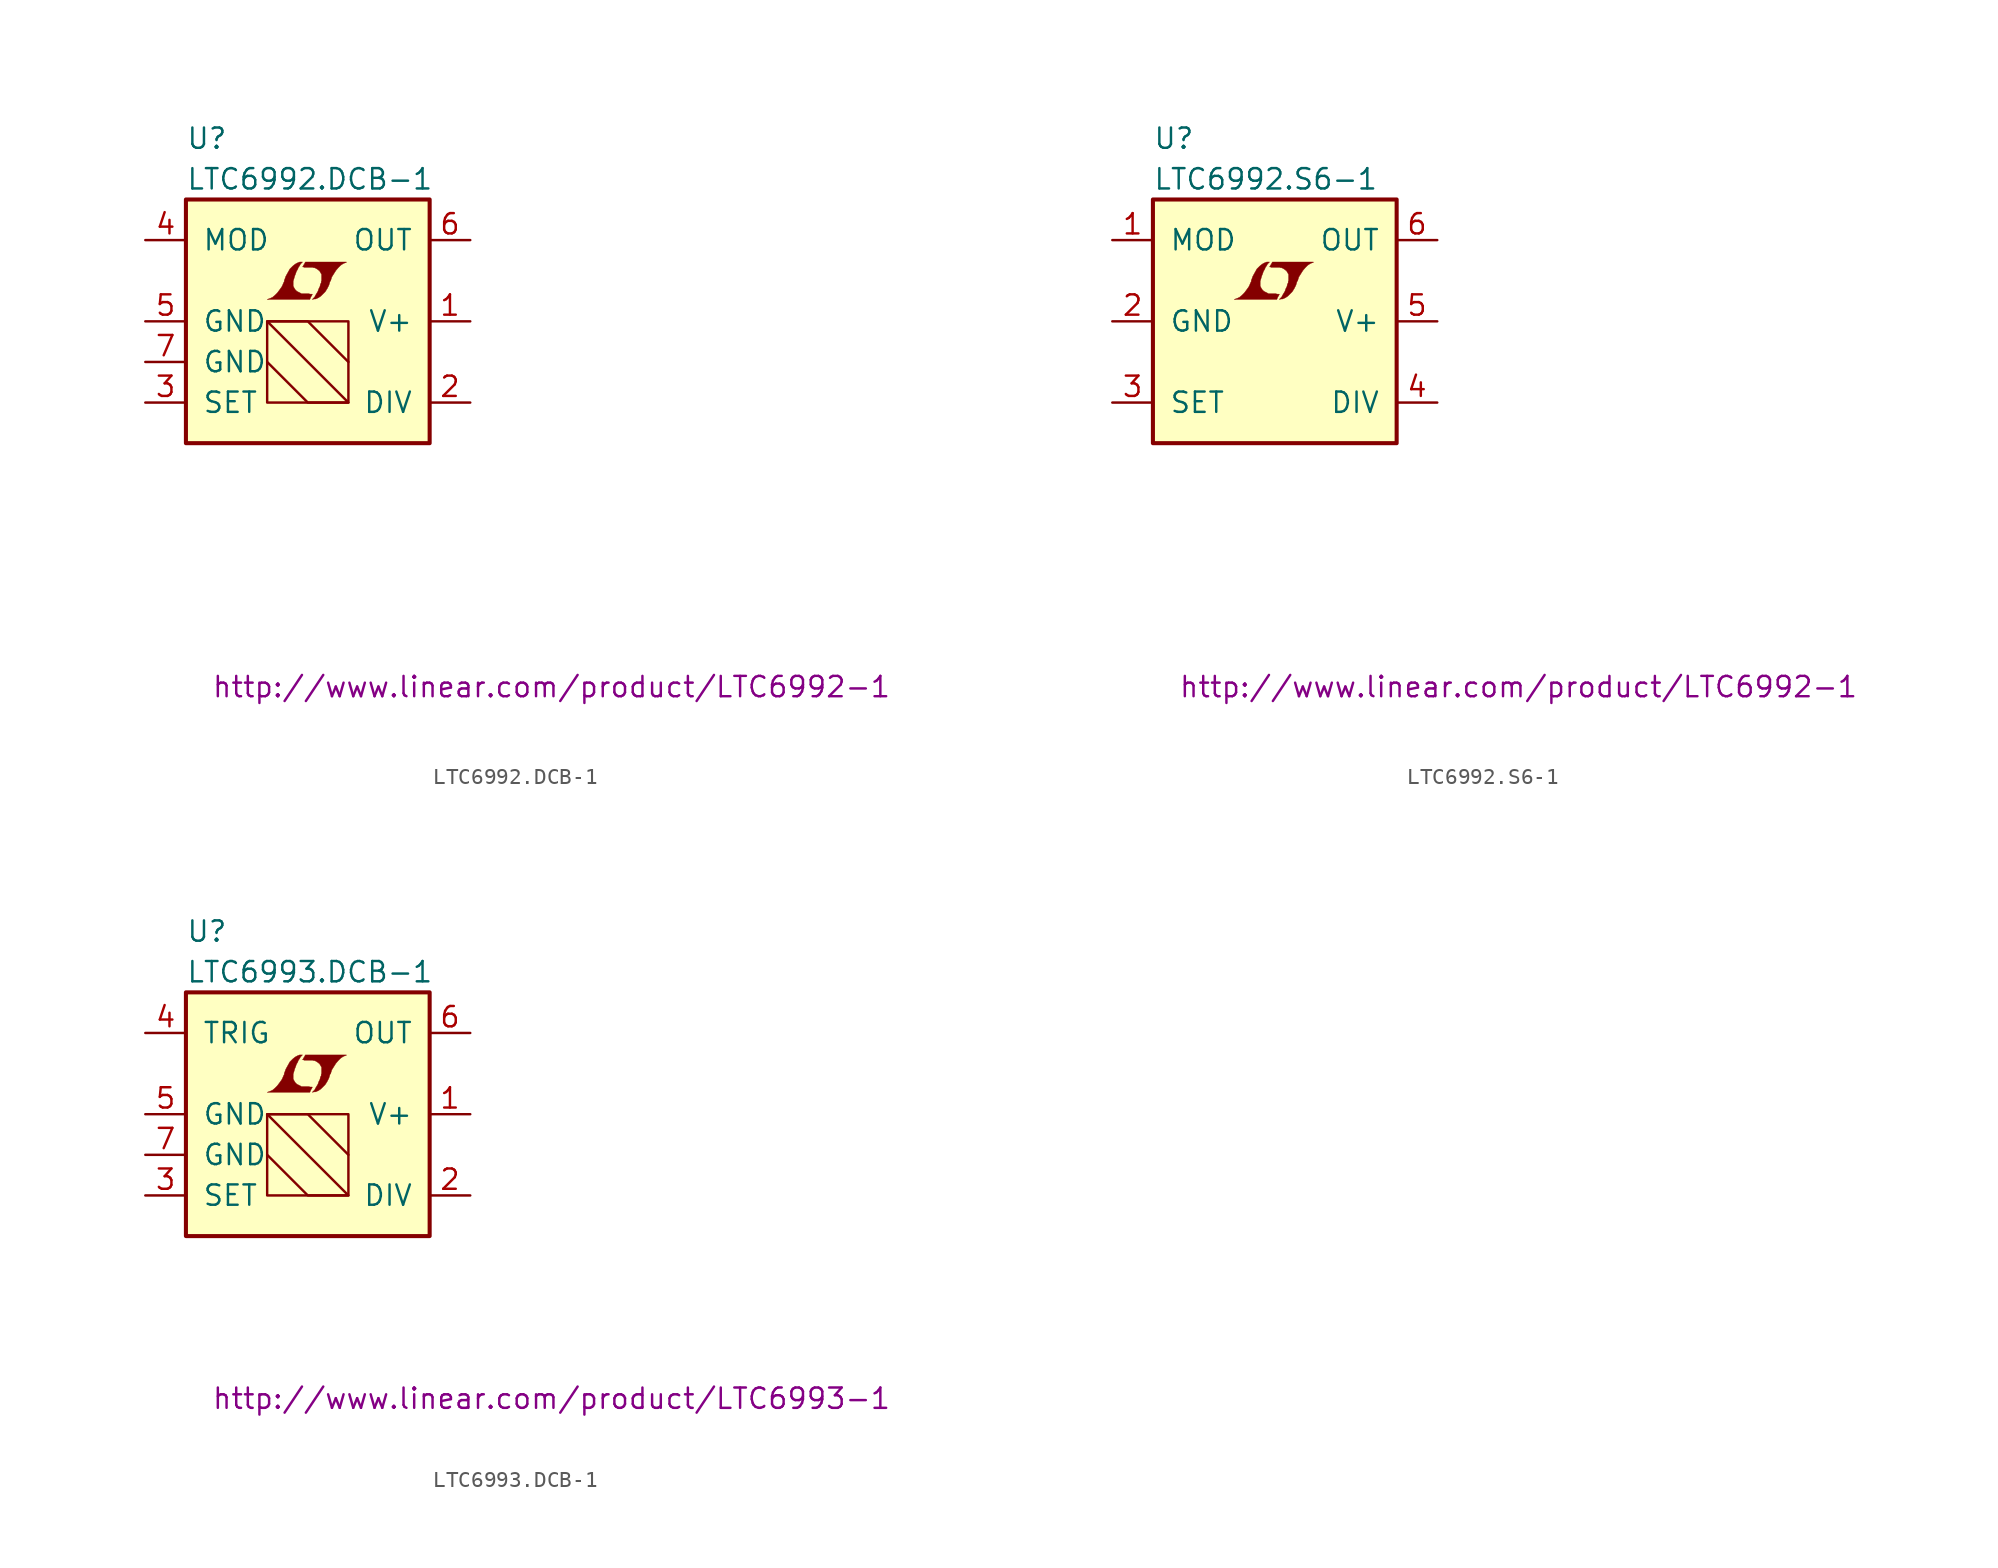
<source format=kicad_sym>
(kicad_symbol_lib
  (version 20201005)
  (generator kicad_symbol_editor)
  (symbol "LTC6992.DCB-1"
    (pin_names
      (offset 1.016))
    (property "Reference" "U"
      (at -7.62 11.43 0)
      (effects (font (size 1.27 1.27)) (justify left)))
    (property "Value" "LTC6992.DCB-1"
      (at -7.62 8.89 0)
      (effects (font (size 1.27 1.27)) (justify left)))
    (property "Datasheet" "http://www.linear.com/product/LTC6992-1"
      (at 15.24 -22.86 0)
      (effects (font (size 1.27 1.27))))
    (symbol "LTC6992.DCB-1_0_0"
      (polyline (pts (xy 0.203 1.549) (xy 0.229 1.575) (xy 0.279 1.676) (xy 0.279 1.702) (xy 0.152 1.702) (xy 0.051 1.727) (xy -0.406 1.727) (xy -0.432 1.753) (xy -0.686 1.88) (xy -0.787 1.981) (xy -0.864 2.108) (xy -0.914 2.21) (xy -0.914 2.515) (xy -0.864 2.667) (xy -0.838 2.769) (xy -0.813 2.845) (xy -0.762 2.972) (xy -0.711 3.124) (xy -0.635 3.251) (xy -0.584 3.378) (xy -0.508 3.48) (xy -0.457 3.581) (xy -0.33 3.708) (xy -0.508 3.708) (xy -0.635 3.658) (xy -0.737 3.607) (xy -0.813 3.556) (xy -0.94 3.454) (xy -1.118 3.277) (xy -1.372 2.819) (xy -1.473 2.54) (xy -1.473 2.489) (xy -1.524 2.388) (xy -1.575 2.261) (xy -1.626 2.159) (xy -1.753 1.981) (xy -1.905 1.778) (xy -2.057 1.626) (xy -2.21 1.499) (xy -2.388 1.422) (xy -2.54 1.372) (xy 0.127 1.372) (xy 0.203 1.549)) (stroke (width 0.025)) (fill (type outline)))
      (polyline (pts (xy 0.406 1.397) (xy 0.483 1.397) (xy 0.66 1.473) (xy 0.813 1.575) (xy 1.092 1.854) (xy 1.219 2.057) (xy 1.321 2.261) (xy 1.397 2.515) (xy 1.422 2.515) (xy 1.499 2.769) (xy 1.753 3.175) (xy 1.905 3.353) (xy 2.057 3.505) (xy 2.21 3.607) (xy 2.388 3.683) (xy 2.413 3.683) (xy 2.413 3.708) (xy -0.152 3.708) (xy -0.229 3.556) (xy -0.254 3.531) (xy -0.305 3.429) (xy -0.33 3.404) (xy -0.279 3.404) (xy -0.229 3.378) (xy 0.305 3.378) (xy 0.356 3.353) (xy 0.406 3.353) (xy 0.483 3.327) (xy 0.61 3.251) (xy 0.737 3.15) (xy 0.813 3.023) (xy 0.838 2.972) (xy 0.864 2.946) (xy 0.864 2.54) (xy 0.838 2.489) (xy 0.838 2.413) (xy 0.787 2.311) (xy 0.762 2.184) (xy 0.686 2.032) (xy 0.635 1.88) (xy 0.483 1.626) (xy 0.432 1.524) (xy 0.279 1.372) (xy 0.406 1.397)) (stroke (width 0.025)) (fill (type outline))))
    (symbol "LTC6992.DCB-1_0_1"
      (rectangle (start -7.62 7.62) (end 7.62 -7.62) (stroke (width 0.254)) (fill (type background)))
      (rectangle (start -2.54 -5.08) (end 2.54 0) (stroke (width 0)) (fill (type none)))
      (polyline (pts (xy -2.54 -2.54) (xy 0 -5.08) (xy 2.54 -5.08) (xy -2.54 0) (xy 0 0) (xy 2.54 -2.54)) (stroke (width 0)) (fill (type none))))
    (symbol "LTC6992.DCB-1_1_1"
      (pin power_in line (at 10.16 0 180) (length 2.54) (name "V+" (effects (font (size 1.27 1.27)))) (number "1" (effects (font (size 1.27 1.27)))))
      (pin passive line (at 10.16 -5.08 180) (length 2.54) (name "DIV" (effects (font (size 1.27 1.27)))) (number "2" (effects (font (size 1.27 1.27)))))
      (pin passive line (at -10.16 -5.08 0) (length 2.54) (name "SET" (effects (font (size 1.27 1.27)))) (number "3" (effects (font (size 1.27 1.27)))))
      (pin passive line (at -10.16 5.08 0) (length 2.54) (name "MOD" (effects (font (size 1.27 1.27)))) (number "4" (effects (font (size 1.27 1.27)))))
      (pin power_in line (at -10.16 0 0) (length 2.54) (name "GND" (effects (font (size 1.27 1.27)))) (number "5" (effects (font (size 1.27 1.27)))))
      (pin output line (at 10.16 5.08 180) (length 2.54) (name "OUT" (effects (font (size 1.27 1.27)))) (number "6" (effects (font (size 1.27 1.27)))))
      (pin power_in line (at -10.16 -2.54 0) (length 2.54) (name "GND" (effects (font (size 1.27 1.27)))) (number "7" (effects (font (size 1.27 1.27)))))))
  (symbol "LTC6992.S6-1"
    (pin_names
      (offset 1.016))
    (property "Reference" "U"
      (at -7.62 11.43 0)
      (effects (font (size 1.27 1.27)) (justify left)))
    (property "Value" "LTC6992.S6-1"
      (at -7.62 8.89 0)
      (effects (font (size 1.27 1.27)) (justify left)))
    (property "Datasheet" "http://www.linear.com/product/LTC6992-1"
      (at 15.24 -22.86 0)
      (effects (font (size 1.27 1.27))))
    (symbol "LTC6992.S6-1_0_0"
      (polyline (pts (xy 0.203 1.549) (xy 0.229 1.575) (xy 0.279 1.676) (xy 0.279 1.702) (xy 0.152 1.702) (xy 0.051 1.727) (xy -0.406 1.727) (xy -0.432 1.753) (xy -0.686 1.88) (xy -0.787 1.981) (xy -0.864 2.108) (xy -0.914 2.21) (xy -0.914 2.515) (xy -0.864 2.667) (xy -0.838 2.769) (xy -0.813 2.845) (xy -0.762 2.972) (xy -0.711 3.124) (xy -0.635 3.251) (xy -0.584 3.378) (xy -0.508 3.48) (xy -0.457 3.581) (xy -0.33 3.708) (xy -0.508 3.708) (xy -0.635 3.658) (xy -0.737 3.607) (xy -0.813 3.556) (xy -0.94 3.454) (xy -1.118 3.277) (xy -1.372 2.819) (xy -1.473 2.54) (xy -1.473 2.489) (xy -1.524 2.388) (xy -1.575 2.261) (xy -1.626 2.159) (xy -1.753 1.981) (xy -1.905 1.778) (xy -2.057 1.626) (xy -2.21 1.499) (xy -2.388 1.422) (xy -2.54 1.372) (xy 0.127 1.372) (xy 0.203 1.549)) (stroke (width 0.025)) (fill (type outline)))
      (polyline (pts (xy 0.406 1.397) (xy 0.483 1.397) (xy 0.66 1.473) (xy 0.813 1.575) (xy 1.092 1.854) (xy 1.219 2.057) (xy 1.321 2.261) (xy 1.397 2.515) (xy 1.422 2.515) (xy 1.499 2.769) (xy 1.753 3.175) (xy 1.905 3.353) (xy 2.057 3.505) (xy 2.21 3.607) (xy 2.388 3.683) (xy 2.413 3.683) (xy 2.413 3.708) (xy -0.152 3.708) (xy -0.229 3.556) (xy -0.254 3.531) (xy -0.305 3.429) (xy -0.33 3.404) (xy -0.279 3.404) (xy -0.229 3.378) (xy 0.305 3.378) (xy 0.356 3.353) (xy 0.406 3.353) (xy 0.483 3.327) (xy 0.61 3.251) (xy 0.737 3.15) (xy 0.813 3.023) (xy 0.838 2.972) (xy 0.864 2.946) (xy 0.864 2.54) (xy 0.838 2.489) (xy 0.838 2.413) (xy 0.787 2.311) (xy 0.762 2.184) (xy 0.686 2.032) (xy 0.635 1.88) (xy 0.483 1.626) (xy 0.432 1.524) (xy 0.279 1.372) (xy 0.406 1.397)) (stroke (width 0.025)) (fill (type outline))))
    (symbol "LTC6992.S6-1_0_1"
      (rectangle (start -7.62 7.62) (end 7.62 -7.62) (stroke (width 0.254)) (fill (type background))))
    (symbol "LTC6992.S6-1_1_1"
      (pin passive line (at -10.16 5.08 0) (length 2.54) (name "MOD" (effects (font (size 1.27 1.27)))) (number "1" (effects (font (size 1.27 1.27)))))
      (pin power_in line (at -10.16 0 0) (length 2.54) (name "GND" (effects (font (size 1.27 1.27)))) (number "2" (effects (font (size 1.27 1.27)))))
      (pin passive line (at -10.16 -5.08 0) (length 2.54) (name "SET" (effects (font (size 1.27 1.27)))) (number "3" (effects (font (size 1.27 1.27)))))
      (pin passive line (at 10.16 -5.08 180) (length 2.54) (name "DIV" (effects (font (size 1.27 1.27)))) (number "4" (effects (font (size 1.27 1.27)))))
      (pin power_in line (at 10.16 0 180) (length 2.54) (name "V+" (effects (font (size 1.27 1.27)))) (number "5" (effects (font (size 1.27 1.27)))))
      (pin output line (at 10.16 5.08 180) (length 2.54) (name "OUT" (effects (font (size 1.27 1.27)))) (number "6" (effects (font (size 1.27 1.27)))))))
  (symbol "LTC6993.DCB-1"
    (pin_names
      (offset 1.016))
    (property "Reference" "U"
      (at -7.62 11.43 0)
      (effects (font (size 1.27 1.27)) (justify left)))
    (property "Value" "LTC6993.DCB-1"
      (at -7.62 8.89 0)
      (effects (font (size 1.27 1.27)) (justify left)))
    (property "Datasheet" "http://www.linear.com/product/LTC6993-1"
      (at 15.24 -17.78 0)
      (effects (font (size 1.27 1.27))))
    (symbol "LTC6993.DCB-1_0_0"
      (polyline (pts (xy 0.203 1.549) (xy 0.229 1.575) (xy 0.279 1.676) (xy 0.279 1.702) (xy 0.152 1.702) (xy 0.051 1.727) (xy -0.406 1.727) (xy -0.432 1.753) (xy -0.686 1.88) (xy -0.787 1.981) (xy -0.864 2.108) (xy -0.914 2.21) (xy -0.914 2.515) (xy -0.864 2.667) (xy -0.838 2.769) (xy -0.813 2.845) (xy -0.762 2.972) (xy -0.711 3.124) (xy -0.635 3.251) (xy -0.584 3.378) (xy -0.508 3.48) (xy -0.457 3.581) (xy -0.33 3.708) (xy -0.508 3.708) (xy -0.635 3.658) (xy -0.737 3.607) (xy -0.813 3.556) (xy -0.94 3.454) (xy -1.118 3.277) (xy -1.372 2.819) (xy -1.473 2.54) (xy -1.473 2.489) (xy -1.524 2.388) (xy -1.575 2.261) (xy -1.626 2.159) (xy -1.753 1.981) (xy -1.905 1.778) (xy -2.057 1.626) (xy -2.21 1.499) (xy -2.388 1.422) (xy -2.54 1.372) (xy 0.127 1.372) (xy 0.203 1.549)) (stroke (width 0.025)) (fill (type outline)))
      (polyline (pts (xy 0.406 1.397) (xy 0.483 1.397) (xy 0.66 1.473) (xy 0.813 1.575) (xy 1.092 1.854) (xy 1.219 2.057) (xy 1.321 2.261) (xy 1.397 2.515) (xy 1.422 2.515) (xy 1.499 2.769) (xy 1.753 3.175) (xy 1.905 3.353) (xy 2.057 3.505) (xy 2.21 3.607) (xy 2.388 3.683) (xy 2.413 3.683) (xy 2.413 3.708) (xy -0.152 3.708) (xy -0.229 3.556) (xy -0.254 3.531) (xy -0.305 3.429) (xy -0.33 3.404) (xy -0.279 3.404) (xy -0.229 3.378) (xy 0.305 3.378) (xy 0.356 3.353) (xy 0.406 3.353) (xy 0.483 3.327) (xy 0.61 3.251) (xy 0.737 3.15) (xy 0.813 3.023) (xy 0.838 2.972) (xy 0.864 2.946) (xy 0.864 2.54) (xy 0.838 2.489) (xy 0.838 2.413) (xy 0.787 2.311) (xy 0.762 2.184) (xy 0.686 2.032) (xy 0.635 1.88) (xy 0.483 1.626) (xy 0.432 1.524) (xy 0.279 1.372) (xy 0.406 1.397)) (stroke (width 0.025)) (fill (type outline))))
    (symbol "LTC6993.DCB-1_0_1"
      (rectangle (start -7.62 7.62) (end 7.62 -7.62) (stroke (width 0.254)) (fill (type background)))
      (rectangle (start -2.54 -5.08) (end 2.54 0) (stroke (width 0)) (fill (type none)))
      (polyline (pts (xy -2.54 -2.54) (xy 0 -5.08) (xy 2.54 -5.08) (xy -2.54 0) (xy 0 0) (xy 2.54 -2.54)) (stroke (width 0)) (fill (type none))))
    (symbol "LTC6993.DCB-1_1_1"
      (pin power_in line (at 10.16 0 180) (length 2.54) (name "V+" (effects (font (size 1.27 1.27)))) (number "1" (effects (font (size 1.27 1.27)))))
      (pin passive line (at 10.16 -5.08 180) (length 2.54) (name "DIV" (effects (font (size 1.27 1.27)))) (number "2" (effects (font (size 1.27 1.27)))))
      (pin passive line (at -10.16 -5.08 0) (length 2.54) (name "SET" (effects (font (size 1.27 1.27)))) (number "3" (effects (font (size 1.27 1.27)))))
      (pin passive line (at -10.16 5.08 0) (length 2.54) (name "TRIG" (effects (font (size 1.27 1.27)))) (number "4" (effects (font (size 1.27 1.27)))))
      (pin power_in line (at -10.16 0 0) (length 2.54) (name "GND" (effects (font (size 1.27 1.27)))) (number "5" (effects (font (size 1.27 1.27)))))
      (pin output line (at 10.16 5.08 180) (length 2.54) (name "OUT" (effects (font (size 1.27 1.27)))) (number "6" (effects (font (size 1.27 1.27)))))
      (pin power_in line (at -10.16 -2.54 0) (length 2.54) (name "GND" (effects (font (size 1.27 1.27)))) (number "7" (effects (font (size 1.27 1.27))))))))
</source>
